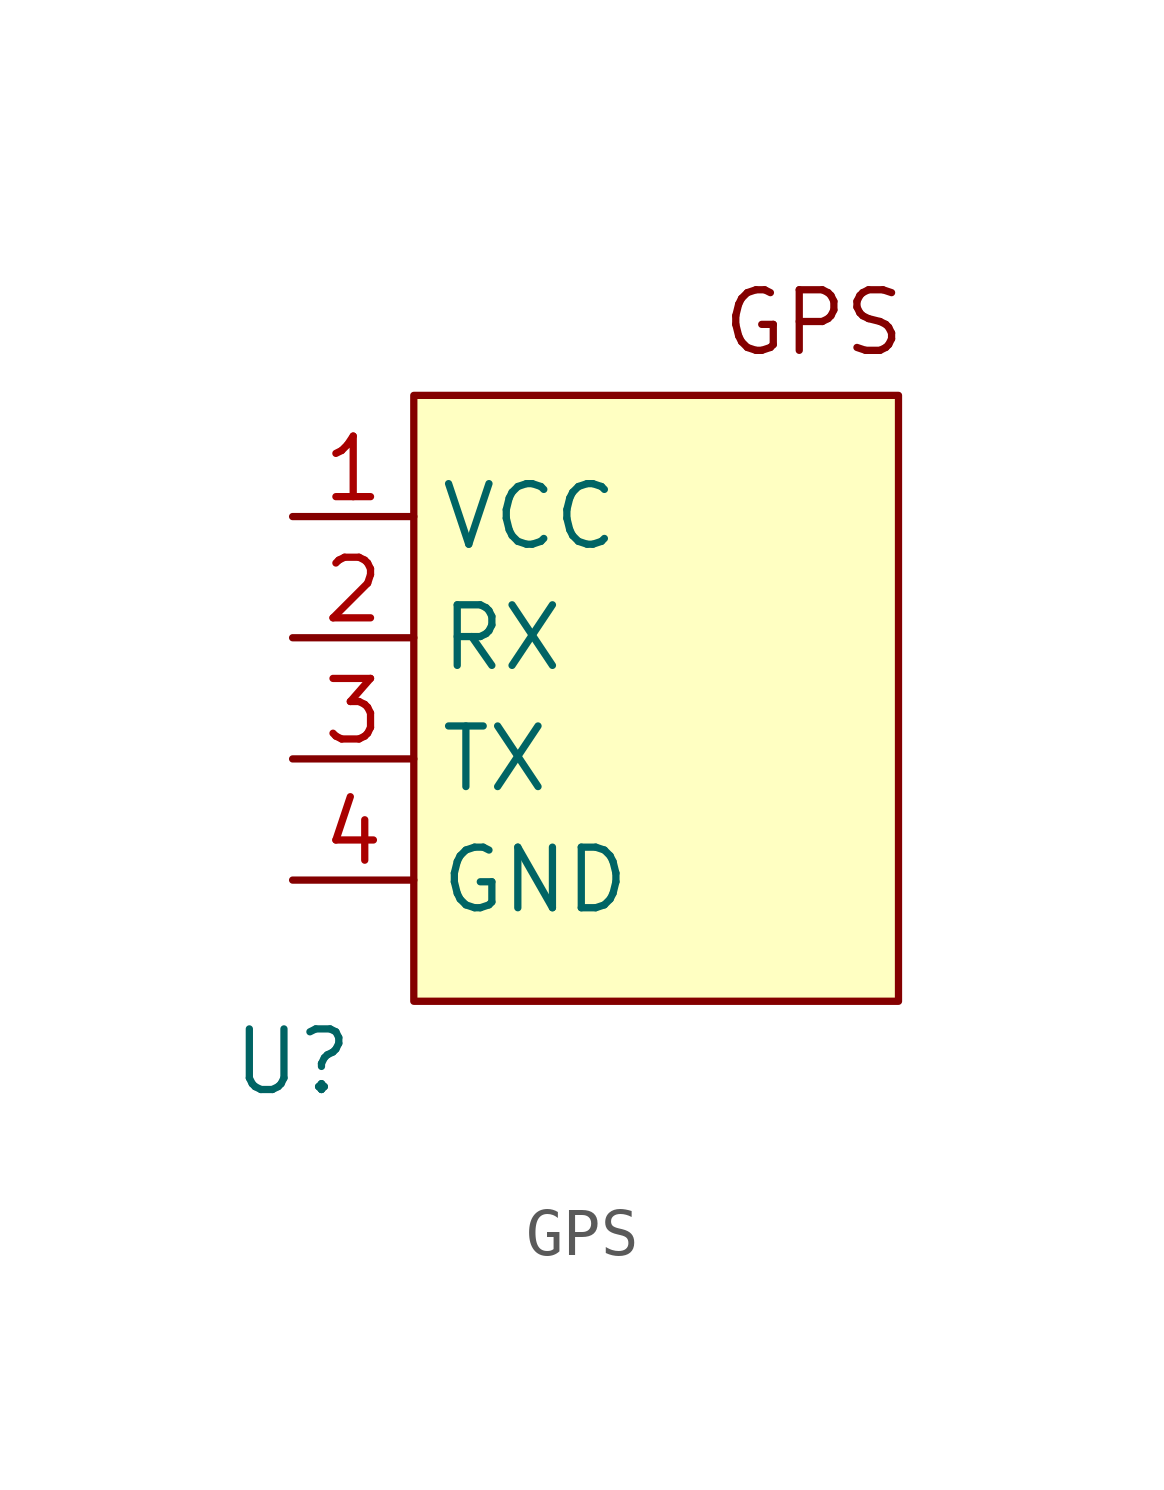
<source format=kicad_sym>
(kicad_symbol_lib
  (version 20241209)
  (generator "kicad_symbol_editor")
  (generator_version "9.0")
  (symbol "GPS"
    (property "Reference" "U"
      (at 0 0 0)
      (effects (font (size 1.27 1.27))))
    (property "Value" ""
      (at 0 0 0)
      (effects (font (size 1.27 1.27))))
    (symbol "GPS_1_1"
      (rectangle (start 2.54 13.97) (end 12.7 1.27) (stroke (width 0) (type solid)) (fill (type background)))
      (text "GPS\n" (at 10.922 15.494 0) (effects (font (size 1.27 1.27))))
      (pin power_in line (at 0 11.43 0) (length 2.54) (name "VCC" (effects (font (size 1.27 1.27)))) (number "1" (effects (font (size 1.27 1.27)))))
      (pin input line (at 0 8.89 0) (length 2.54) (name "RX" (effects (font (size 1.27 1.27)))) (number "2" (effects (font (size 1.27 1.27)))))
      (pin output line (at 0 6.35 0) (length 2.54) (name "TX" (effects (font (size 1.27 1.27)))) (number "3" (effects (font (size 1.27 1.27)))))
      (pin power_in line (at 0 3.81 0) (length 2.54) (name "GND" (effects (font (size 1.27 1.27)))) (number "4" (effects (font (size 1.27 1.27))))))))
</source>
